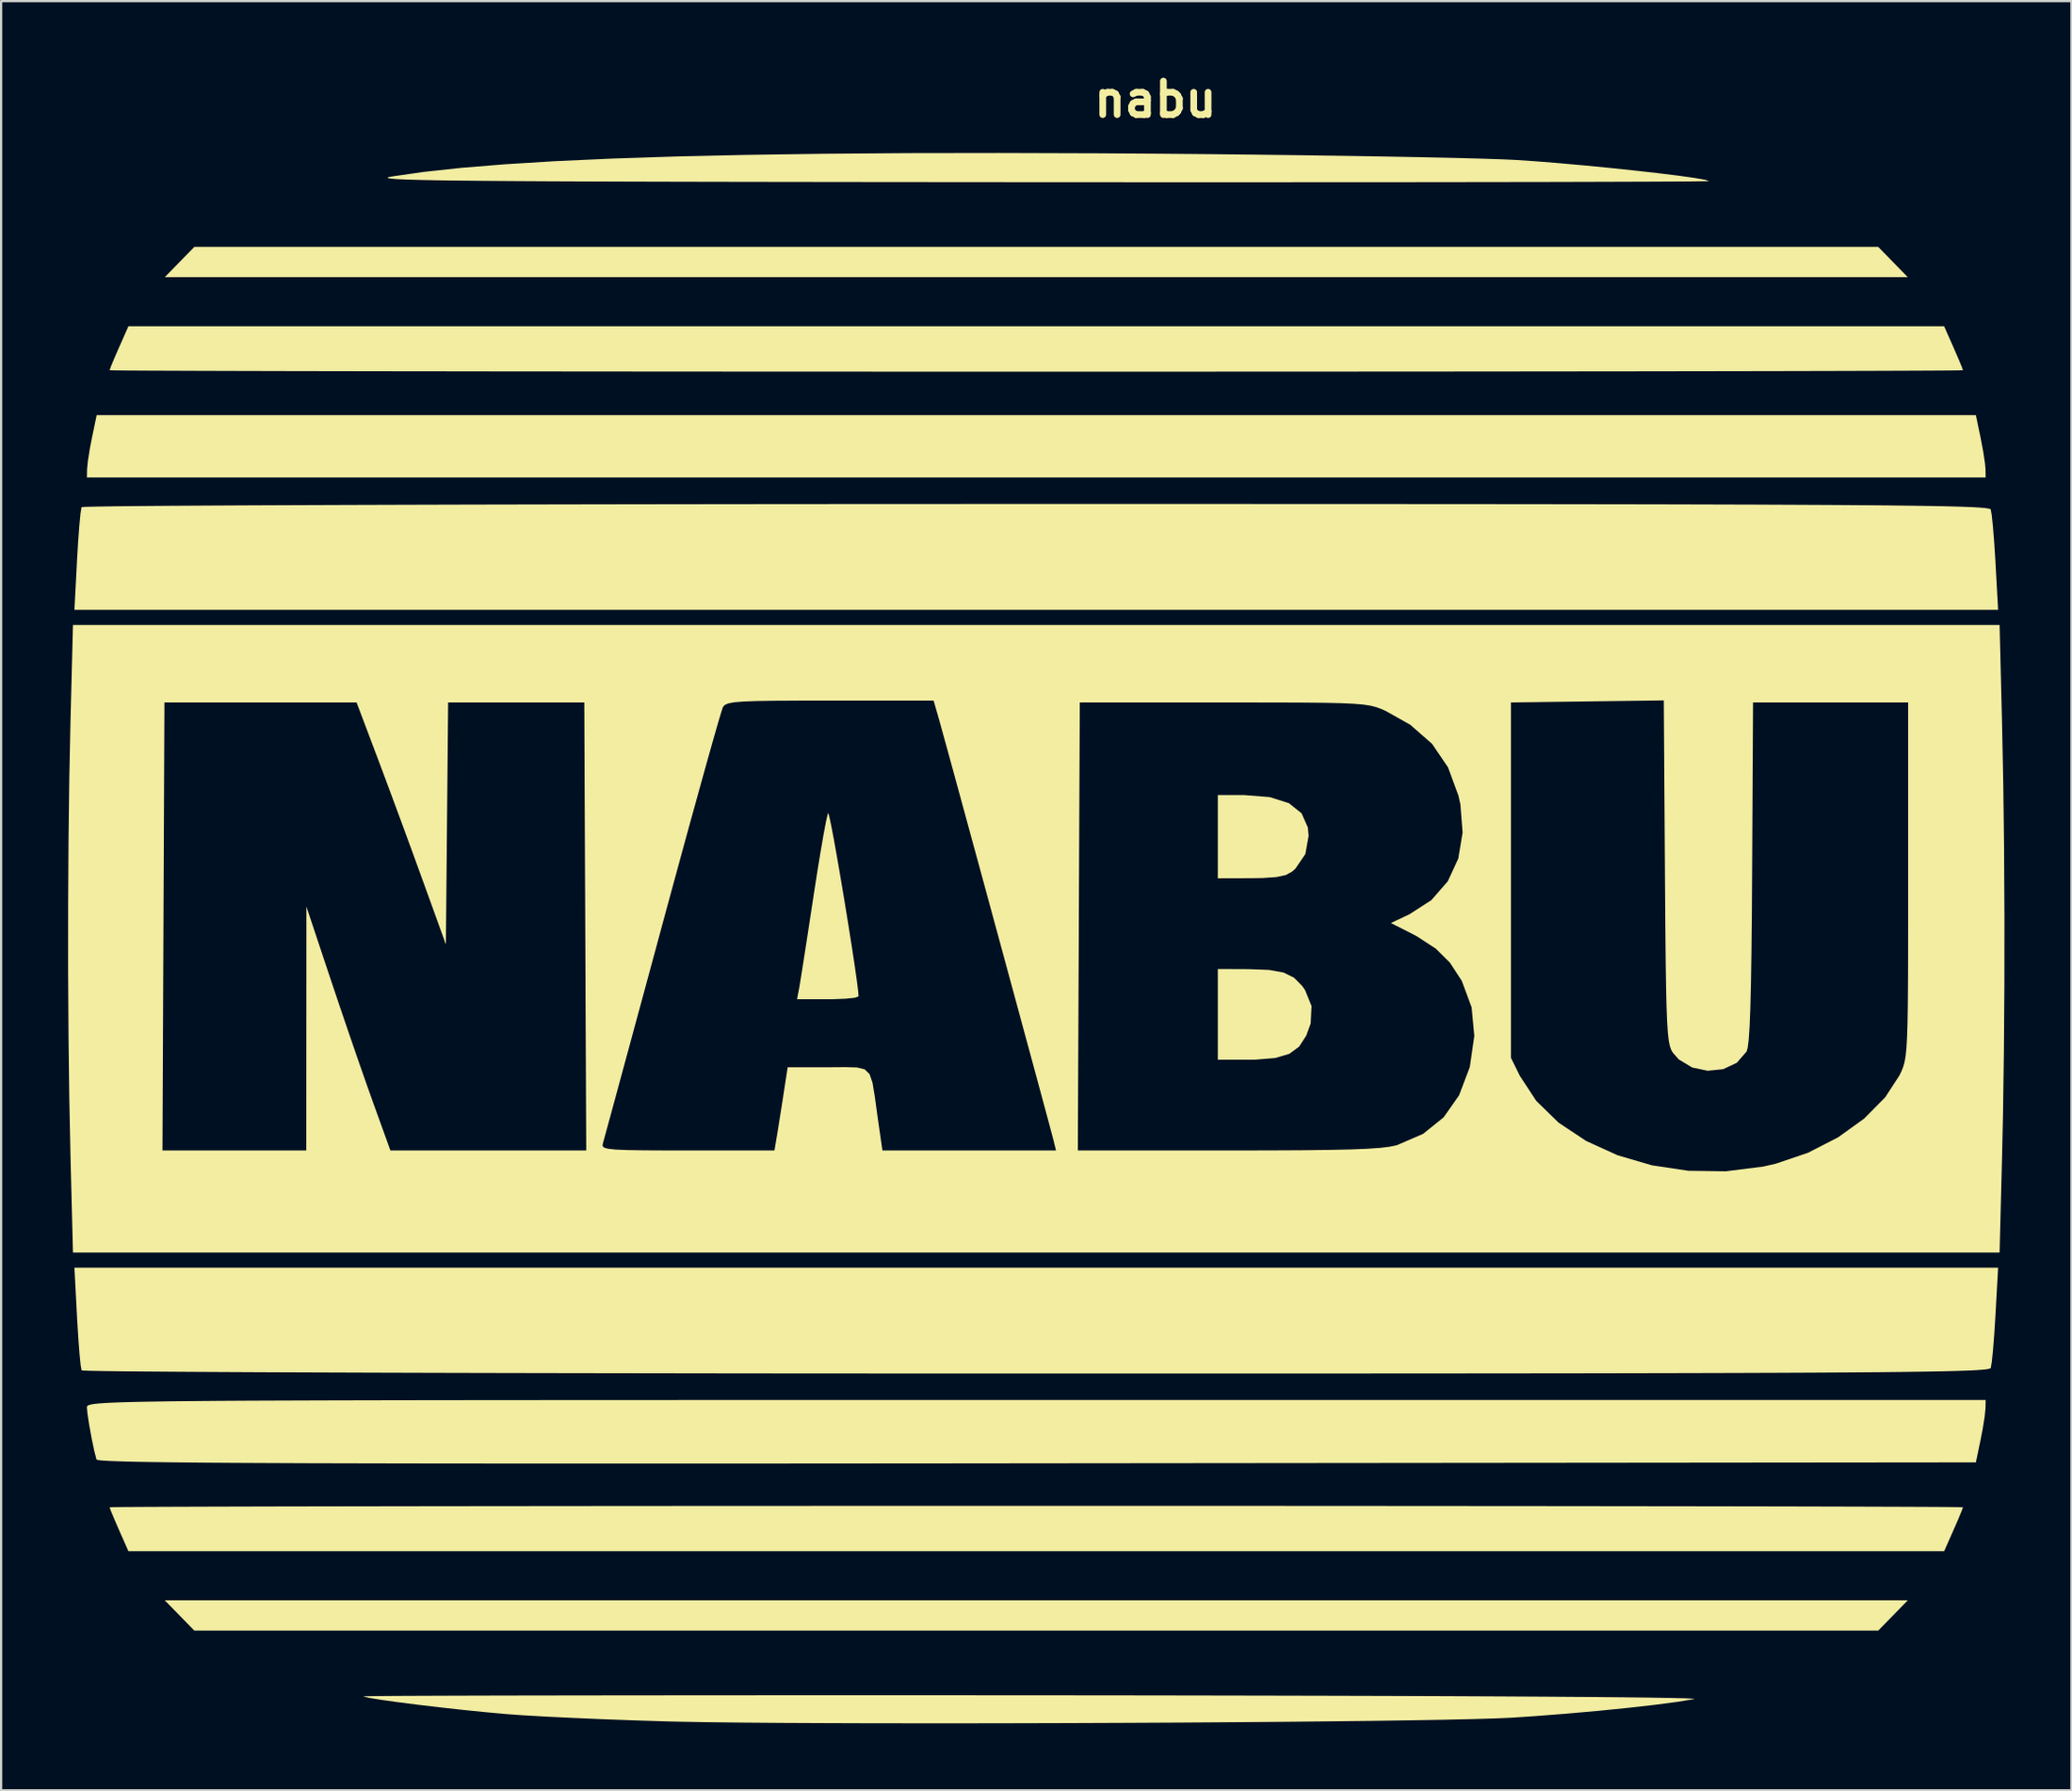
<source format=kicad_pcb>
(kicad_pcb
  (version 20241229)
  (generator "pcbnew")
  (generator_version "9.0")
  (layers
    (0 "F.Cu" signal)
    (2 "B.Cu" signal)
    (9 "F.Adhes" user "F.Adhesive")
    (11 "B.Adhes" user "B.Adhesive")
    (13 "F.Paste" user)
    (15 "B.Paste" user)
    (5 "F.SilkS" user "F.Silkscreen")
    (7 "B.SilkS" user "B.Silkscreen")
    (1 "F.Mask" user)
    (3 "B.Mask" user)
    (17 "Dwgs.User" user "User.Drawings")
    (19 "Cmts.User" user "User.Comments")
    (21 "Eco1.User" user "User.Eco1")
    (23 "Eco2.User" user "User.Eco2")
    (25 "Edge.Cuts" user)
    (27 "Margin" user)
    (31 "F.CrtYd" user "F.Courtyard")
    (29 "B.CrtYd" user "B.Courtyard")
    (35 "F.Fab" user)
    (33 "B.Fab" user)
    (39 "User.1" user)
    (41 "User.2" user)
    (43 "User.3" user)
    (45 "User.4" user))
  (footprint "nabu"
    (layer "F.Cu")
    (at 43.343 38.996)
    (property "Reference" "nabu" (at 5.334 -37.592 0) (layer "F.SilkS") (effects (font (size 1.5 1.5) (thickness 0.3))))
    (attr board_only exclude_from_pos_files exclude_from_bom)
    (fp_poly (pts (xy 38.354 -30.311) (xy 39.015 -29.633) (xy 0 -29.633) (xy -39.015 -29.633) (xy -38.354 -30.311) (xy -37.693 -30.988) (xy 0 -30.988) (xy 37.693 -30.988)) (stroke (width 0) (type solid)) (fill yes) (layer "F.SilkS"))
    (fp_poly (pts (xy 38.354 30.311) (xy 37.693 30.988) (xy 0 30.988) (xy -37.693 30.988) (xy -38.354 30.311) (xy -39.015 29.633) (xy 0 29.633) (xy 39.015 29.633)) (stroke (width 0) (type solid)) (fill yes) (layer "F.SilkS"))
    (fp_poly (pts (xy 42.277 -22.437) (xy 42.392 -21.825) (xy 42.472 -21.297) (xy 42.495 -21.04) (xy 42.503 -20.659) (xy 0 -20.659) (xy -42.503 -20.659) (xy -42.495 -21.04) (xy -42.457 -21.409) (xy -42.367 -21.97) (xy -42.277 -22.437) (xy -42.065 -23.453) (xy 0 -23.453) (xy 42.065 -23.453)) (stroke (width 0) (type solid)) (fill yes) (layer "F.SilkS"))
    (fp_poly (pts (xy 10.457 -6.344) (xy 11.309 -6.072) (xy 11.876 -5.619) (xy 12.158 -4.984) (xy 12.192 -4.608) (xy 12.046 -3.794) (xy 11.603 -3.143) (xy 11.453 -3.009) (xy 11.176 -2.856) (xy 10.761 -2.764) (xy 10.13 -2.72) (xy 9.61 -2.713) (xy 8.128 -2.709) (xy 8.128 -4.572) (xy 8.128 -6.435) (xy 9.319 -6.435)) (stroke (width 0) (type solid)) (fill yes) (layer "F.SilkS"))
    (fp_poly (pts (xy 9.525 1.361) (xy 10.424 1.396) (xy 11.067 1.513) (xy 11.533 1.741) (xy 11.899 2.109) (xy 12.032 2.297) (xy 12.322 3.013) (xy 12.284 3.794) (xy 12.084 4.342) (xy 11.767 4.831) (xy 11.324 5.156) (xy 10.693 5.342) (xy 9.813 5.415) (xy 9.491 5.419) (xy 8.128 5.419) (xy 8.128 3.387) (xy 8.128 1.355)) (stroke (width 0) (type solid)) (fill yes) (layer "F.SilkS"))
    (fp_poly (pts (xy -9.272 -5.5) (xy -9.184 -5.086) (xy -9.062 -4.446) (xy -8.917 -3.633) (xy -8.756 -2.702) (xy -8.589 -1.706) (xy -8.425 -0.699) (xy -8.272 0.264) (xy -8.14 1.129) (xy -8.038 1.842) (xy -7.974 2.35) (xy -7.956 2.582) (xy -8.113 2.641) (xy -8.53 2.685) (xy -9.125 2.708) (xy -9.335 2.709) (xy -10.71 2.709) (xy -10.621 2.244) (xy -10.57 1.942) (xy -10.477 1.362) (xy -10.352 0.56) (xy -10.202 -0.407) (xy -10.038 -1.482) (xy -9.98 -1.863) (xy -9.814 -2.936) (xy -9.657 -3.897) (xy -9.519 -4.693) (xy -9.408 -5.275) (xy -9.335 -5.592) (xy -9.318 -5.633)) (stroke (width 0) (type solid)) (fill yes) (layer "F.SilkS"))
    (fp_poly (pts (xy 3.724 25.4) (xy 7.358 25.401) (xy 10.888 25.402) (xy 14.299 25.404) (xy 17.577 25.406) (xy 20.708 25.409) (xy 23.676 25.411) (xy 26.467 25.415) (xy 29.068 25.418) (xy 31.462 25.422) (xy 33.637 25.426) (xy 35.577 25.431) (xy 37.268 25.436) (xy 38.696 25.441) (xy 39.845 25.446) (xy 40.702 25.451) (xy 41.252 25.457) (xy 41.481 25.463) (xy 41.487 25.464) (xy 41.424 25.64) (xy 41.26 26.034) (xy 41.065 26.48) (xy 40.644 27.432) (xy 0 27.432) (xy -40.644 27.432) (xy -41.065 26.48) (xy -41.286 25.97) (xy -41.439 25.601) (xy -41.487 25.464) (xy -41.32 25.458) (xy -40.829 25.452) (xy -40.028 25.447) (xy -38.932 25.442) (xy -37.555 25.437) (xy -35.912 25.432) (xy -34.017 25.427) (xy -31.885 25.423) (xy -29.53 25.419) (xy -26.967 25.415) (xy -24.21 25.412) (xy -21.274 25.409) (xy -18.173 25.406) (xy -14.921 25.404) (xy -11.534 25.403) (xy -8.025 25.401) (xy -4.409 25.4) (xy -0.701 25.4) (xy 0 25.4)) (stroke (width 0) (type solid)) (fill yes) (layer "F.SilkS"))
    (fp_poly (pts (xy 41.065 -26.48) (xy 41.286 -25.97) (xy 41.439 -25.601) (xy 41.487 -25.464) (xy 41.32 -25.458) (xy 40.829 -25.452) (xy 40.028 -25.447) (xy 38.932 -25.442) (xy 37.555 -25.437) (xy 35.912 -25.432) (xy 34.017 -25.427) (xy 31.885 -25.423) (xy 29.53 -25.419) (xy 26.967 -25.415) (xy 24.21 -25.412) (xy 21.274 -25.409) (xy 18.173 -25.406) (xy 14.921 -25.404) (xy 11.534 -25.403) (xy 8.025 -25.401) (xy 4.409 -25.4) (xy 0.701 -25.4) (xy 0 -25.4) (xy -3.724 -25.4) (xy -7.358 -25.401) (xy -10.888 -25.402) (xy -14.299 -25.404) (xy -17.577 -25.406) (xy -20.708 -25.409) (xy -23.676 -25.411) (xy -26.467 -25.415) (xy -29.068 -25.418) (xy -31.462 -25.422) (xy -33.637 -25.426) (xy -35.577 -25.431) (xy -37.268 -25.436) (xy -38.696 -25.441) (xy -39.845 -25.446) (xy -40.702 -25.451) (xy -41.252 -25.457) (xy -41.481 -25.463) (xy -41.487 -25.464) (xy -41.424 -25.64) (xy -41.26 -26.034) (xy -41.065 -26.48) (xy -40.644 -27.432) (xy 0 -27.432) (xy 40.644 -27.432)) (stroke (width 0) (type solid)) (fill yes) (layer "F.SilkS"))
    (fp_poly (pts (xy 4.533 -19.473) (xy 8.748 -19.473) (xy 12.647 -19.471) (xy 16.244 -19.47) (xy 19.549 -19.468) (xy 22.574 -19.465) (xy 25.332 -19.461) (xy 27.834 -19.457) (xy 30.093 -19.451) (xy 32.118 -19.445) (xy 33.924 -19.437) (xy 35.521 -19.429) (xy 36.921 -19.419) (xy 38.137 -19.409) (xy 39.18 -19.396) (xy 40.061 -19.383) (xy 40.793 -19.368) (xy 41.387 -19.352) (xy 41.856 -19.334) (xy 42.211 -19.314) (xy 42.464 -19.293) (xy 42.627 -19.269) (xy 42.712 -19.244) (xy 42.73 -19.228) (xy 42.775 -18.972) (xy 42.829 -18.451) (xy 42.886 -17.741) (xy 42.939 -16.914) (xy 42.942 -16.857) (xy 43.06 -14.732) (xy -0.001 -14.732) (xy -43.061 -14.732) (xy -42.944 -16.962) (xy -42.894 -17.802) (xy -42.84 -18.519) (xy -42.789 -19.047) (xy -42.746 -19.316) (xy -42.739 -19.333) (xy -42.564 -19.345) (xy -42.065 -19.357) (xy -41.256 -19.369) (xy -40.151 -19.381) (xy -38.765 -19.392) (xy -37.112 -19.402) (xy -35.206 -19.412) (xy -33.062 -19.421) (xy -30.693 -19.43) (xy -28.115 -19.438) (xy -25.342 -19.446) (xy -22.387 -19.452) (xy -19.266 -19.458) (xy -15.992 -19.463) (xy -12.58 -19.467) (xy -9.044 -19.47) (xy -5.399 -19.472) (xy -1.658 -19.473) (xy -0.008 -19.473)) (stroke (width 0) (type solid)) (fill yes) (layer "F.SilkS"))
    (fp_poly (pts (xy 42.942 16.857) (xy 42.89 17.689) (xy 42.833 18.41) (xy 42.778 18.945) (xy 42.732 19.221) (xy 42.73 19.228) (xy 42.688 19.254) (xy 42.575 19.278) (xy 42.379 19.301) (xy 42.089 19.322) (xy 41.692 19.341) (xy 41.176 19.358) (xy 40.531 19.374) (xy 39.743 19.388) (xy 38.802 19.401) (xy 37.694 19.413) (xy 36.41 19.423) (xy 34.936 19.432) (xy 33.261 19.44) (xy 31.372 19.447) (xy 29.259 19.453) (xy 26.909 19.458) (xy 24.311 19.463) (xy 21.453 19.466) (xy 18.322 19.469) (xy 14.907 19.471) (xy 11.196 19.472) (xy 7.178 19.473) (xy 2.84 19.473) (xy -0.008 19.473) (xy -3.785 19.473) (xy -7.474 19.471) (xy -11.059 19.469) (xy -14.526 19.465) (xy -17.862 19.46) (xy -21.051 19.455) (xy -24.08 19.449) (xy -26.934 19.442) (xy -29.599 19.434) (xy -32.06 19.425) (xy -34.303 19.416) (xy -36.314 19.406) (xy -38.079 19.396) (xy -39.583 19.385) (xy -40.812 19.374) (xy -41.751 19.362) (xy -42.386 19.35) (xy -42.704 19.338) (xy -42.739 19.333) (xy -42.78 19.119) (xy -42.83 18.636) (xy -42.883 17.949) (xy -42.935 17.127) (xy -42.944 16.962) (xy -43.061 14.732) (xy -0.001 14.732) (xy 43.06 14.732)) (stroke (width 0) (type solid)) (fill yes) (layer "F.SilkS"))
    (fp_poly (pts (xy 42.495 21.04) (xy 42.457 21.409) (xy 42.367 21.97) (xy 42.277 22.437) (xy 42.065 23.453) (xy 0.03 23.495) (xy -4.58 23.5) (xy -8.862 23.503) (xy -12.827 23.506) (xy -16.486 23.507) (xy -19.848 23.507) (xy -22.925 23.506) (xy -25.727 23.504) (xy -28.265 23.501) (xy -30.549 23.496) (xy -32.591 23.491) (xy -34.4 23.483) (xy -35.989 23.475) (xy -37.366 23.465) (xy -38.543 23.453) (xy -39.531 23.44) (xy -40.339 23.426) (xy -40.98 23.409) (xy -41.463 23.391) (xy -41.799 23.372) (xy -41.998 23.351) (xy -42.073 23.328) (xy -42.073 23.326) (xy -42.175 22.93) (xy -42.293 22.364) (xy -42.403 21.758) (xy -42.48 21.245) (xy -42.503 20.989) (xy -42.499 20.954) (xy -42.479 20.922) (xy -42.43 20.892) (xy -42.34 20.865) (xy -42.198 20.839) (xy -41.989 20.816) (xy -41.703 20.795) (xy -41.327 20.776) (xy -40.848 20.759) (xy -40.254 20.743) (xy -39.534 20.73) (xy -38.673 20.717) (xy -37.661 20.707) (xy -36.484 20.697) (xy -35.131 20.689) (xy -33.588 20.683) (xy -31.845 20.677) (xy -29.888 20.672) (xy -27.705 20.668) (xy -25.284 20.665) (xy -22.612 20.663) (xy -19.677 20.661) (xy -16.467 20.66) (xy -12.969 20.659) (xy -9.171 20.659) (xy -5.061 20.659) (xy -0.626 20.659) (xy 0 20.659) (xy 42.503 20.659)) (stroke (width 0) (type solid)) (fill yes) (layer "F.SilkS"))
    (fp_poly (pts (xy 2.741 -35.18) (xy 5.503 -35.162) (xy 7.654 -35.143) (xy 9.775 -35.12) (xy 11.831 -35.094) (xy 13.788 -35.066) (xy 15.611 -35.036) (xy 17.264 -35.005) (xy 18.714 -34.973) (xy 19.924 -34.941) (xy 20.861 -34.91) (xy 21.421 -34.884) (xy 22.354 -34.822) (xy 23.411 -34.737) (xy 24.541 -34.636) (xy 25.69 -34.524) (xy 26.809 -34.406) (xy 27.845 -34.289) (xy 28.747 -34.177) (xy 29.462 -34.077) (xy 29.941 -33.995) (xy 30.127 -33.937) (xy 29.968 -33.93) (xy 29.487 -33.923) (xy 28.702 -33.917) (xy 27.628 -33.911) (xy 26.284 -33.906) (xy 24.685 -33.901) (xy 22.85 -33.896) (xy 20.794 -33.893) (xy 18.534 -33.89) (xy 16.089 -33.887) (xy 13.474 -33.886) (xy 10.706 -33.885) (xy 7.803 -33.884) (xy 4.781 -33.885) (xy 1.657 -33.886) (xy -0.014 -33.887) (xy -3.8 -33.89) (xy -7.261 -33.893) (xy -10.409 -33.897) (xy -13.258 -33.901) (xy -15.821 -33.906) (xy -18.11 -33.912) (xy -20.14 -33.919) (xy -21.922 -33.927) (xy -23.471 -33.936) (xy -24.798 -33.946) (xy -25.919 -33.958) (xy -26.844 -33.971) (xy -27.588 -33.986) (xy -28.164 -34.003) (xy -28.585 -34.021) (xy -28.863 -34.042) (xy -29.013 -34.064) (xy -29.046 -34.089) (xy -28.977 -34.116) (xy -28.871 -34.137) (xy -27.444 -34.344) (xy -25.747 -34.528) (xy -23.773 -34.689) (xy -21.517 -34.828) (xy -18.971 -34.944) (xy -16.129 -35.038) (xy -12.985 -35.109) (xy -9.532 -35.159) (xy -5.764 -35.188) (xy -1.675 -35.194)) (stroke (width 0) (type solid)) (fill yes) (layer "F.SilkS"))
    (fp_poly (pts (xy -4.781 33.883) (xy -1.657 33.884) (xy 0.014 33.885) (xy 3.566 33.888) (xy 6.941 33.893) (xy 10.129 33.899) (xy 13.116 33.906) (xy 15.893 33.914) (xy 18.446 33.924) (xy 20.764 33.935) (xy 22.836 33.947) (xy 24.649 33.96) (xy 26.192 33.974) (xy 27.453 33.989) (xy 28.42 34.005) (xy 29.082 34.021) (xy 29.427 34.039) (xy 29.464 34.053) (xy 28.721 34.176) (xy 27.707 34.31) (xy 26.49 34.448) (xy 25.138 34.584) (xy 23.719 34.71) (xy 22.3 34.82) (xy 21.251 34.89) (xy 20.549 34.921) (xy 19.539 34.951) (xy 18.253 34.98) (xy 16.72 35.006) (xy 14.973 35.031) (xy 13.043 35.053) (xy 10.96 35.074) (xy 8.755 35.091) (xy 6.46 35.107) (xy 4.105 35.119) (xy 1.721 35.129) (xy -0.66 35.136) (xy -3.007 35.14) (xy -5.291 35.14) (xy -7.479 35.138) (xy -9.54 35.131) (xy -11.444 35.122) (xy -13.159 35.108) (xy -14.655 35.091) (xy -15.901 35.069) (xy -16.51 35.055) (xy -17.911 35.011) (xy -19.332 34.959) (xy -20.699 34.9) (xy -21.94 34.84) (xy -22.982 34.78) (xy -23.707 34.728) (xy -24.644 34.643) (xy -25.657 34.54) (xy -26.689 34.426) (xy -27.681 34.309) (xy -28.577 34.194) (xy -29.319 34.09) (xy -29.85 34.004) (xy -30.112 33.941) (xy -30.127 33.933) (xy -29.968 33.926) (xy -29.487 33.919) (xy -28.702 33.913) (xy -27.628 33.908) (xy -26.284 33.903) (xy -24.685 33.898) (xy -22.85 33.894) (xy -20.794 33.891) (xy -18.534 33.888) (xy -16.089 33.886) (xy -13.474 33.884) (xy -10.706 33.883) (xy -7.803 33.883)) (stroke (width 0) (type solid)) (fill yes) (layer "F.SilkS"))
    (fp_poly (pts (xy 43.237 -9.61) (xy 43.291 -6.928) (xy 43.327 -4.027) (xy 43.343 -1.002) (xy 43.341 2.047) (xy 43.319 5.025) (xy 43.279 7.833) (xy 43.238 9.709) (xy 43.126 14.055) (xy 0 14.055) (xy -43.126 14.055) (xy -43.238 9.709) (xy -43.242 9.483) (xy -39.119 9.483) (xy -35.9 9.483) (xy -32.681 9.483) (xy -32.678 4.022) (xy -32.675 -1.439) (xy -31.604 1.778) (xy -31.206 2.962) (xy -30.777 4.223) (xy -30.353 5.453) (xy -29.97 6.549) (xy -29.724 7.239) (xy -28.915 9.483) (xy -24.532 9.483) (xy -20.148 9.483) (xy -20.149 9.281) (xy -19.416 9.281) (xy -19.351 9.354) (xy -19.172 9.406) (xy -18.841 9.442) (xy -18.318 9.465) (xy -17.563 9.477) (xy -16.538 9.482) (xy -15.609 9.483) (xy -11.722 9.483) (xy -11.628 8.932) (xy -11.556 8.494) (xy -11.454 7.852) (xy -11.342 7.138) (xy -11.332 7.07) (xy -11.13 5.757) (xy -9.308 5.757) (xy -8.55 5.751) (xy -8.023 5.765) (xy -7.678 5.852) (xy -7.465 6.062) (xy -7.332 6.447) (xy -7.23 7.058) (xy -7.109 7.945) (xy -7.101 8.001) (xy -6.888 9.483) (xy -3.002 9.483) (xy 0.883 9.483) (xy 1.86 9.483) (xy 8.608 9.483) (xy 10.401 9.48) (xy 11.886 9.473) (xy 13.096 9.458) (xy 14.061 9.437) (xy 14.813 9.407) (xy 15.384 9.367) (xy 15.804 9.317) (xy 16.106 9.256) (xy 16.161 9.24) (xy 17.316 8.74) (xy 18.235 8) (xy 18.927 7.014) (xy 19.398 5.773) (xy 19.413 5.715) (xy 19.468 5.334) (xy 21.251 5.334) (xy 21.649 6.142) (xy 22.383 7.262) (xy 23.385 8.238) (xy 24.612 9.054) (xy 26.018 9.696) (xy 27.558 10.147) (xy 29.189 10.392) (xy 30.866 10.416) (xy 32.544 10.204) (xy 33.105 10.076) (xy 34.553 9.585) (xy 35.891 8.898) (xy 37.06 8.057) (xy 38.005 7.102) (xy 38.644 6.121) (xy 38.734 5.933) (xy 38.808 5.748) (xy 38.87 5.533) (xy 38.918 5.257) (xy 38.956 4.889) (xy 38.984 4.397) (xy 39.005 3.75) (xy 39.018 2.917) (xy 39.026 1.867) (xy 39.03 0.568) (xy 39.031 -1.012) (xy 39.031 -2.625) (xy 39.031 -10.583) (xy 35.56 -10.583) (xy 32.089 -10.583) (xy 32.048 -2.963) (xy 32.035 -0.991) (xy 32.017 0.662) (xy 31.995 2.019) (xy 31.968 3.099) (xy 31.935 3.922) (xy 31.895 4.511) (xy 31.848 4.885) (xy 31.8 5.052) (xy 31.364 5.554) (xy 30.754 5.842) (xy 30.058 5.913) (xy 29.365 5.768) (xy 28.763 5.405) (xy 28.493 5.096) (xy 28.422 4.969) (xy 28.362 4.794) (xy 28.313 4.542) (xy 28.273 4.182) (xy 28.241 3.683) (xy 28.215 3.014) (xy 28.195 2.146) (xy 28.178 1.048) (xy 28.164 -0.311) (xy 28.151 -1.962) (xy 28.144 -3.009) (xy 28.093 -10.675) (xy 24.672 -10.629) (xy 21.251 -10.583) (xy 21.251 -2.625) (xy 21.251 5.334) (xy 19.468 5.334) (xy 19.61 4.354) (xy 19.49 3.075) (xy 19.054 1.9) (xy 19.033 1.861) (xy 18.517 1.07) (xy 17.889 0.446) (xy 17.052 -0.101) (xy 16.719 -0.277) (xy 15.875 -0.704) (xy 16.701 -1.093) (xy 17.687 -1.729) (xy 18.422 -2.574) (xy 18.893 -3.594) (xy 19.086 -4.755) (xy 18.986 -6.024) (xy 18.899 -6.414) (xy 18.43 -7.681) (xy 17.718 -8.73) (xy 16.74 -9.587) (xy 15.654 -10.197) (xy 15.432 -10.296) (xy 15.213 -10.376) (xy 14.961 -10.44) (xy 14.641 -10.489) (xy 14.216 -10.525) (xy 13.65 -10.551) (xy 12.907 -10.568) (xy 11.952 -10.577) (xy 10.748 -10.582) (xy 9.26 -10.583) (xy 8.382 -10.583) (xy 1.947 -10.583) (xy 1.904 -0.55) (xy 1.86 9.483) (xy 0.883 9.483) (xy 0.769 9.017) (xy 0.698 8.749) (xy 0.549 8.192) (xy 0.331 7.382) (xy 0.054 6.357) (xy -0.272 5.153) (xy -0.637 3.808) (xy -1.03 2.359) (xy -1.441 0.843) (xy -1.862 -0.702) (xy -2.28 -2.241) (xy -2.687 -3.735) (xy -3.072 -5.147) (xy -3.425 -6.442) (xy -3.736 -7.58) (xy -3.995 -8.525) (xy -4.192 -9.241) (xy -4.316 -9.69) (xy -4.341 -9.779) (xy -4.596 -10.668) (xy -9.235 -10.668) (xy -10.616 -10.666) (xy -11.697 -10.66) (xy -12.516 -10.647) (xy -13.111 -10.625) (xy -13.52 -10.591) (xy -13.782 -10.543) (xy -13.934 -10.479) (xy -14.016 -10.395) (xy -14.03 -10.372) (xy -14.101 -10.158) (xy -14.253 -9.647) (xy -14.476 -8.868) (xy -14.761 -7.853) (xy -15.101 -6.63) (xy -15.488 -5.231) (xy -15.912 -3.683) (xy -16.366 -2.019) (xy -16.753 -0.593) (xy -17.223 1.145) (xy -17.669 2.79) (xy -18.082 4.312) (xy -18.453 5.682) (xy -18.775 6.869) (xy -19.04 7.843) (xy -19.24 8.575) (xy -19.365 9.034) (xy -19.408 9.186) (xy -19.416 9.281) (xy -20.149 9.281) (xy -20.192 -0.55) (xy -20.235 -10.583) (xy -23.283 -10.583) (xy -26.331 -10.583) (xy -26.381 -5.165) (xy -26.431 0.254) (xy -27.503 -2.709) (xy -27.932 -3.888) (xy -28.406 -5.181) (xy -28.88 -6.465) (xy -29.31 -7.617) (xy -29.502 -8.128) (xy -30.428 -10.583) (xy -34.73 -10.583) (xy -39.031 -10.583) (xy -39.075 -0.55) (xy -39.119 9.483) (xy -43.242 9.483) (xy -43.29 7.173) (xy -43.325 4.395) (xy -43.343 1.472) (xy -43.342 -1.498) (xy -43.325 -4.42) (xy -43.29 -7.196) (xy -43.238 -9.709) (xy -43.126 -14.055) (xy -0.000027 -14.055) (xy 43.126 -14.055)) (stroke (width 0) (type solid)) (fill yes) (layer "F.SilkS")))
  (gr_rect
    (start -3 -3)
    (end 89.686 77.136)
    (stroke (width 0.1) (type default))
    (fill no)
    (layer "Edge.Cuts")))
</source>
